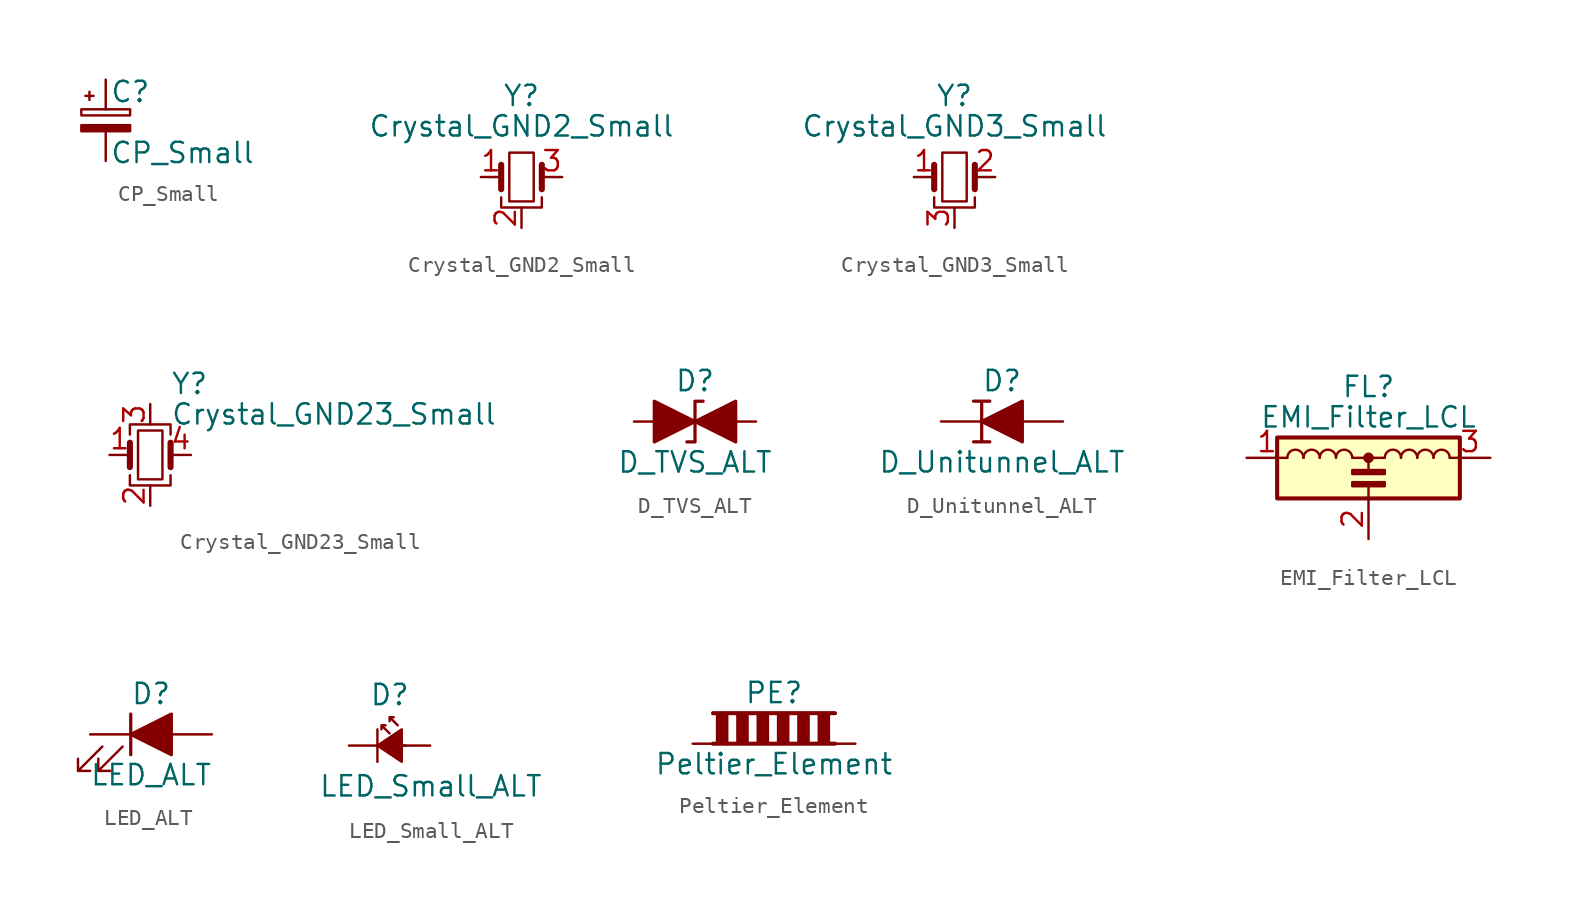
<source format=kicad_sym>
(kicad_symbol_lib
  (version 20201005)
  (generator kicad_symbol_editor)
  (symbol "CP_Small"
    (pin_numbers hide)
    (pin_names
      (offset 0.254) hide)
    (property "Reference" "C"
      (at 0.254 1.778 0)
      (effects (font (size 1.27 1.27)) (justify left)))
    (property "Value" "CP_Small"
      (at 0.254 -2.032 0)
      (effects (font (size 1.27 1.27)) (justify left)))
    (symbol "CP_Small_0_1"
      (rectangle (start -1.524 0.686) (end 1.524 0.305) (stroke (width 0)) (fill (type none)))
      (rectangle (start -1.524 -0.305) (end 1.524 -0.686) (stroke (width 0)) (fill (type outline)))
      (polyline (pts (xy -1.27 1.524) (xy -0.762 1.524)) (stroke (width 0)) (fill (type none)))
      (polyline (pts (xy -1.016 1.27) (xy -1.016 1.778)) (stroke (width 0)) (fill (type none))))
    (symbol "CP_Small_1_1"
      (pin passive line (at 0 2.54 270) (length 1.854) (name "~" (effects (font (size 1.27 1.27)))) (number "1" (effects (font (size 1.27 1.27)))))
      (pin passive line (at 0 -2.54 90) (length 1.854) (name "~" (effects (font (size 1.27 1.27)))) (number "2" (effects (font (size 1.27 1.27)))))))
  (symbol "Crystal_GND2_Small"
    (pin_names
      (offset 1.016) hide)
    (property "Reference" "Y"
      (at 0 5.08 0)
      (effects (font (size 1.27 1.27))))
    (property "Value" "Crystal_GND2_Small"
      (at 0 3.175 0)
      (effects (font (size 1.27 1.27))))
    (symbol "Crystal_GND2_Small_0_1"
      (rectangle (start -0.762 -1.524) (end 0.762 1.524) (stroke (width 0)) (fill (type none)))
      (polyline (pts (xy -1.27 -0.762) (xy -1.27 0.762)) (stroke (width 0.381)) (fill (type none)))
      (polyline (pts (xy 1.27 -0.762) (xy 1.27 0.762)) (stroke (width 0.381)) (fill (type none)))
      (polyline (pts (xy -1.27 -1.27) (xy -1.27 -1.905) (xy 1.27 -1.905) (xy 1.27 -1.27)) (stroke (width 0)) (fill (type none))))
    (symbol "Crystal_GND2_Small_1_1"
      (pin passive line (at -2.54 0 0) (length 1.27) (name "1" (effects (font (size 1.27 1.27)))) (number "1" (effects (font (size 1.27 1.27)))))
      (pin passive line (at 0 -3.175 90) (length 1.27) (name "2" (effects (font (size 1.27 1.27)))) (number "2" (effects (font (size 1.27 1.27)))))
      (pin passive line (at 2.54 0 180) (length 1.27) (name "3" (effects (font (size 1.27 1.27)))) (number "3" (effects (font (size 1.27 1.27)))))))
  (symbol "Crystal_GND3_Small"
    (pin_names
      (offset 1.016) hide)
    (property "Reference" "Y"
      (at 0 5.08 0)
      (effects (font (size 1.27 1.27))))
    (property "Value" "Crystal_GND3_Small"
      (at 0 3.175 0)
      (effects (font (size 1.27 1.27))))
    (symbol "Crystal_GND3_Small_0_1"
      (rectangle (start -0.762 -1.524) (end 0.762 1.524) (stroke (width 0)) (fill (type none)))
      (polyline (pts (xy -1.27 -0.762) (xy -1.27 0.762)) (stroke (width 0.381)) (fill (type none)))
      (polyline (pts (xy 1.27 -0.762) (xy 1.27 0.762)) (stroke (width 0.381)) (fill (type none)))
      (polyline (pts (xy -1.27 -1.27) (xy -1.27 -1.905) (xy 1.27 -1.905) (xy 1.27 -1.27)) (stroke (width 0)) (fill (type none))))
    (symbol "Crystal_GND3_Small_1_1"
      (pin passive line (at -2.54 0 0) (length 1.27) (name "1" (effects (font (size 1.27 1.27)))) (number "1" (effects (font (size 1.27 1.27)))))
      (pin passive line (at 2.54 0 180) (length 1.27) (name "2" (effects (font (size 1.27 1.27)))) (number "2" (effects (font (size 1.27 1.27)))))
      (pin passive line (at 0 -3.175 90) (length 1.27) (name "3" (effects (font (size 1.27 1.27)))) (number "3" (effects (font (size 1.27 1.27)))))))
  (symbol "Crystal_GND23_Small"
    (pin_names
      (offset 1.016) hide)
    (property "Reference" "Y"
      (at 1.27 4.445 0)
      (effects (font (size 1.27 1.27)) (justify left)))
    (property "Value" "Crystal_GND23_Small"
      (at 1.27 2.54 0)
      (effects (font (size 1.27 1.27)) (justify left)))
    (symbol "Crystal_GND23_Small_0_1"
      (rectangle (start -0.762 -1.524) (end 0.762 1.524) (stroke (width 0)) (fill (type none)))
      (polyline (pts (xy -1.27 -0.762) (xy -1.27 0.762)) (stroke (width 0.381)) (fill (type none)))
      (polyline (pts (xy 1.27 -0.762) (xy 1.27 0.762)) (stroke (width 0.381)) (fill (type none)))
      (polyline (pts (xy -1.27 -1.27) (xy -1.27 -1.905) (xy 1.27 -1.905) (xy 1.27 -1.27)) (stroke (width 0)) (fill (type none)))
      (polyline (pts (xy -1.27 1.27) (xy -1.27 1.905) (xy 1.27 1.905) (xy 1.27 1.27)) (stroke (width 0)) (fill (type none))))
    (symbol "Crystal_GND23_Small_1_1"
      (pin passive line (at -2.54 0 0) (length 1.27) (name "1" (effects (font (size 1.27 1.27)))) (number "1" (effects (font (size 1.27 1.27)))))
      (pin passive line (at 0 -3.175 90) (length 1.27) (name "2" (effects (font (size 1.27 1.27)))) (number "2" (effects (font (size 1.27 1.27)))))
      (pin passive line (at 0 3.175 270) (length 1.27) (name "3" (effects (font (size 1.27 1.27)))) (number "3" (effects (font (size 1.27 1.27)))))
      (pin passive line (at 2.54 0 180) (length 1.27) (name "4" (effects (font (size 1.27 1.27)))) (number "4" (effects (font (size 1.27 1.27)))))))
  (symbol "D_TVS_ALT"
    (pin_numbers hide)
    (pin_names
      (offset 1.016) hide)
    (property "Reference" "D"
      (at 0 2.54 0)
      (effects (font (size 1.27 1.27))))
    (property "Value" "D_TVS_ALT"
      (at 0 -2.54 0)
      (effects (font (size 1.27 1.27))))
    (symbol "D_TVS_ALT_0_1"
      (polyline (pts (xy 1.27 0) (xy -1.27 0)) (stroke (width 0)) (fill (type none)))
      (polyline (pts (xy 0.508 1.27) (xy 0 1.27) (xy 0 -1.27) (xy -0.508 -1.27)) (stroke (width 0.203)) (fill (type none)))
      (polyline (pts (xy -2.54 -1.27) (xy 0 0) (xy -2.54 1.27) (xy -2.54 -1.27)) (stroke (width 0.203)) (fill (type outline)))
      (polyline (pts (xy 2.54 1.27) (xy 2.54 -1.27) (xy 0 0) (xy 2.54 1.27)) (stroke (width 0.203)) (fill (type outline))))
    (symbol "D_TVS_ALT_1_1"
      (pin passive line (at -3.81 0 0) (length 2.54) (name "A1" (effects (font (size 1.27 1.27)))) (number "1" (effects (font (size 1.27 1.27)))))
      (pin passive line (at 3.81 0 180) (length 2.54) (name "A2" (effects (font (size 1.27 1.27)))) (number "2" (effects (font (size 1.27 1.27)))))))
  (symbol "D_Unitunnel_ALT"
    (pin_numbers hide)
    (pin_names
      (offset 1.016) hide)
    (property "Reference" "D"
      (at 0 2.54 0)
      (effects (font (size 1.27 1.27))))
    (property "Value" "D_Unitunnel_ALT"
      (at 0 -2.54 0)
      (effects (font (size 1.27 1.27))))
    (symbol "D_Unitunnel_ALT_0_1"
      (polyline (pts (xy 1.27 0) (xy -1.27 0)) (stroke (width 0)) (fill (type none)))
      (polyline (pts (xy -1.778 -1.27) (xy -0.762 -1.27) (xy -1.27 -1.27) (xy -1.27 1.27) (xy -0.762 1.27) (xy -1.778 1.27)) (stroke (width 0.203)) (fill (type none)))
      (polyline (pts (xy 1.27 -1.27) (xy 1.27 1.27) (xy -1.27 0) (xy 1.27 -1.27)) (stroke (width 0.203)) (fill (type outline))))
    (symbol "D_Unitunnel_ALT_1_1"
      (pin passive line (at -3.81 0 0) (length 2.54) (name "K" (effects (font (size 1.27 1.27)))) (number "1" (effects (font (size 1.27 1.27)))))
      (pin passive line (at 3.81 0 180) (length 2.54) (name "A" (effects (font (size 1.27 1.27)))) (number "2" (effects (font (size 1.27 1.27)))))))
  (symbol "EMI_Filter_LCL"
    (pin_names
      (offset 0.254) hide)
    (property "Reference" "FL"
      (at 0 6.985 0)
      (effects (font (size 1.27 1.27))))
    (property "Value" "EMI_Filter_LCL"
      (at 0 5.08 0)
      (effects (font (size 1.27 1.27))))
    (symbol "EMI_Filter_LCL_0_1"
      (arc (start -4.064 2.54) (end -5.08 2.54) (radius (at -4.572 2.54) (length 0.508) (angles 0.1 179.9)) (stroke (width 0)) (fill (type none)))
      (arc (start -3.048 2.54) (end -4.064 2.54) (radius (at -3.556 2.54) (length 0.508) (angles 0.1 179.9)) (stroke (width 0)) (fill (type none)))
      (arc (start -2.032 2.54) (end -3.048 2.54) (radius (at -2.54 2.54) (length 0.508) (angles 0.1 179.9)) (stroke (width 0)) (fill (type none)))
      (arc (start -1.016 2.54) (end -2.032 2.54) (radius (at -1.524 2.54) (length 0.508) (angles 0.1 179.9)) (stroke (width 0)) (fill (type none)))
      (arc (start 2.032 2.54) (end 1.016 2.54) (radius (at 1.524 2.54) (length 0.508) (angles 0.1 179.9)) (stroke (width 0)) (fill (type none)))
      (arc (start 3.048 2.54) (end 2.032 2.54) (radius (at 2.54 2.54) (length 0.508) (angles 0.1 179.9)) (stroke (width 0)) (fill (type none)))
      (arc (start 4.064 2.54) (end 3.048 2.54) (radius (at 3.556 2.54) (length 0.508) (angles 0.1 179.9)) (stroke (width 0)) (fill (type none)))
      (arc (start 5.08 2.54) (end 4.064 2.54) (radius (at 4.572 2.54) (length 0.508) (angles 0.1 179.9)) (stroke (width 0)) (fill (type none)))
      (circle (center 0 2.54) (radius 0.254) (stroke (width 0)) (fill (type outline)))
      (rectangle (start -1.016 0.762) (end 1.016 1.016) (stroke (width 0)) (fill (type outline)))
      (rectangle (start 1.016 1.524) (end -1.016 1.778) (stroke (width 0)) (fill (type outline)))
      (rectangle (start -5.715 3.81) (end 5.715 0) (stroke (width 0.254)) (fill (type background)))
      (polyline (pts (xy -1.016 2.54) (xy 1.016 2.54)) (stroke (width 0)) (fill (type none)))
      (polyline (pts (xy 0 0.762) (xy 0 0)) (stroke (width 0)) (fill (type none)))
      (polyline (pts (xy 0 2.54) (xy 0 1.778)) (stroke (width 0)) (fill (type none))))
    (symbol "EMI_Filter_LCL_1_1"
      (pin passive line (at -7.62 2.54 0) (length 2.54) (name "1" (effects (font (size 1.27 1.27)))) (number "1" (effects (font (size 1.27 1.27)))))
      (pin passive line (at 0 -2.54 90) (length 2.54) (name "2" (effects (font (size 1.27 1.27)))) (number "2" (effects (font (size 1.27 1.27)))))
      (pin passive line (at 7.62 2.54 180) (length 2.54) (name "3" (effects (font (size 1.27 1.27)))) (number "3" (effects (font (size 1.27 1.27)))))))
  (symbol "LED_ALT"
    (pin_numbers hide)
    (pin_names
      (offset 1.016) hide)
    (property "Reference" "D"
      (at 0 2.54 0)
      (effects (font (size 1.27 1.27))))
    (property "Value" "LED_ALT"
      (at 0 -2.54 0)
      (effects (font (size 1.27 1.27))))
    (symbol "LED_ALT_0_1"
      (polyline (pts (xy -1.27 -1.27) (xy -1.27 1.27)) (stroke (width 0.203)) (fill (type none)))
      (polyline (pts (xy -1.27 0) (xy 1.27 0)) (stroke (width 0)) (fill (type none)))
      (polyline (pts (xy -3.048 -0.762) (xy -4.572 -2.286) (xy -3.81 -2.286) (xy -4.572 -2.286) (xy -4.572 -1.524)) (stroke (width 0)) (fill (type none)))
      (polyline (pts (xy -1.778 -0.762) (xy -3.302 -2.286) (xy -2.54 -2.286) (xy -3.302 -2.286) (xy -3.302 -1.524)) (stroke (width 0)) (fill (type none)))
      (polyline (pts (xy 1.27 -1.27) (xy 1.27 1.27) (xy -1.27 0) (xy 1.27 -1.27)) (stroke (width 0.203)) (fill (type outline))))
    (symbol "LED_ALT_1_1"
      (pin passive line (at -3.81 0 0) (length 2.54) (name "K" (effects (font (size 1.27 1.27)))) (number "1" (effects (font (size 1.27 1.27)))))
      (pin passive line (at 3.81 0 180) (length 2.54) (name "A" (effects (font (size 1.27 1.27)))) (number "2" (effects (font (size 1.27 1.27)))))))
  (symbol "LED_Small_ALT"
    (pin_numbers hide)
    (pin_names
      (offset 0.254) hide)
    (property "Reference" "D"
      (at -1.27 3.175 0)
      (effects (font (size 1.27 1.27)) (justify left)))
    (property "Value" "LED_Small_ALT"
      (at -4.445 -2.54 0)
      (effects (font (size 1.27 1.27)) (justify left)))
    (symbol "LED_Small_ALT_0_1"
      (polyline (pts (xy -0.762 -1.016) (xy -0.762 1.016)) (stroke (width 0)) (fill (type none)))
      (polyline (pts (xy 1.016 0) (xy -0.762 0)) (stroke (width 0)) (fill (type none)))
      (polyline (pts (xy 0 0.762) (xy -0.508 1.27) (xy -0.254 1.27) (xy -0.508 1.27) (xy -0.508 1.016)) (stroke (width 0)) (fill (type none)))
      (polyline (pts (xy 0.508 1.27) (xy 0 1.778) (xy 0.254 1.778) (xy 0 1.778) (xy 0 1.524)) (stroke (width 0)) (fill (type none)))
      (polyline (pts (xy 0.762 -1.016) (xy -0.762 0) (xy 0.762 1.016) (xy 0.762 -1.016)) (stroke (width 0)) (fill (type outline))))
    (symbol "LED_Small_ALT_1_1"
      (pin passive line (at -2.54 0 0) (length 1.778) (name "K" (effects (font (size 1.27 1.27)))) (number "1" (effects (font (size 1.27 1.27)))))
      (pin passive line (at 2.54 0 180) (length 1.778) (name "A" (effects (font (size 1.27 1.27)))) (number "2" (effects (font (size 1.27 1.27)))))))
  (symbol "Peltier_Element"
    (pin_numbers hide)
    (pin_names
      (offset 0))
    (property "Reference" "PE"
      (at 0 3.175 0)
      (effects (font (size 1.27 1.27))))
    (property "Value" "Peltier_Element"
      (at 0 -1.27 0)
      (effects (font (size 1.27 1.27))))
    (symbol "Peltier_Element_0_1"
      (rectangle (start -3.556 1.905) (end -2.921 0) (stroke (width 0)) (fill (type outline)))
      (rectangle (start -2.286 1.905) (end -1.651 0) (stroke (width 0)) (fill (type outline)))
      (rectangle (start -0.381 1.905) (end -1.016 0) (stroke (width 0)) (fill (type outline)))
      (rectangle (start 0.889 1.905) (end 0.254 0) (stroke (width 0)) (fill (type outline)))
      (rectangle (start 1.524 0) (end 2.159 1.905) (stroke (width 0)) (fill (type outline)))
      (rectangle (start 2.794 0) (end 3.429 1.905) (stroke (width 0)) (fill (type outline)))
      (polyline (pts (xy -3.81 1.905) (xy 3.81 1.905)) (stroke (width 0.254)) (fill (type none)))
      (polyline (pts (xy -3.81 0) (xy 3.81 0)) (stroke (width 0.254)) (fill (type outline))))
    (symbol "Peltier_Element_1_1"
      (pin passive line (at -5.08 0 0) (length 1.27) (name "~" (effects (font (size 1.27 1.27)))) (number "1" (effects (font (size 1.27 1.27)))))
      (pin passive line (at 5.08 0 180) (length 1.27) (name "~" (effects (font (size 1.27 1.27)))) (number "2" (effects (font (size 1.27 1.27))))))))
</source>
